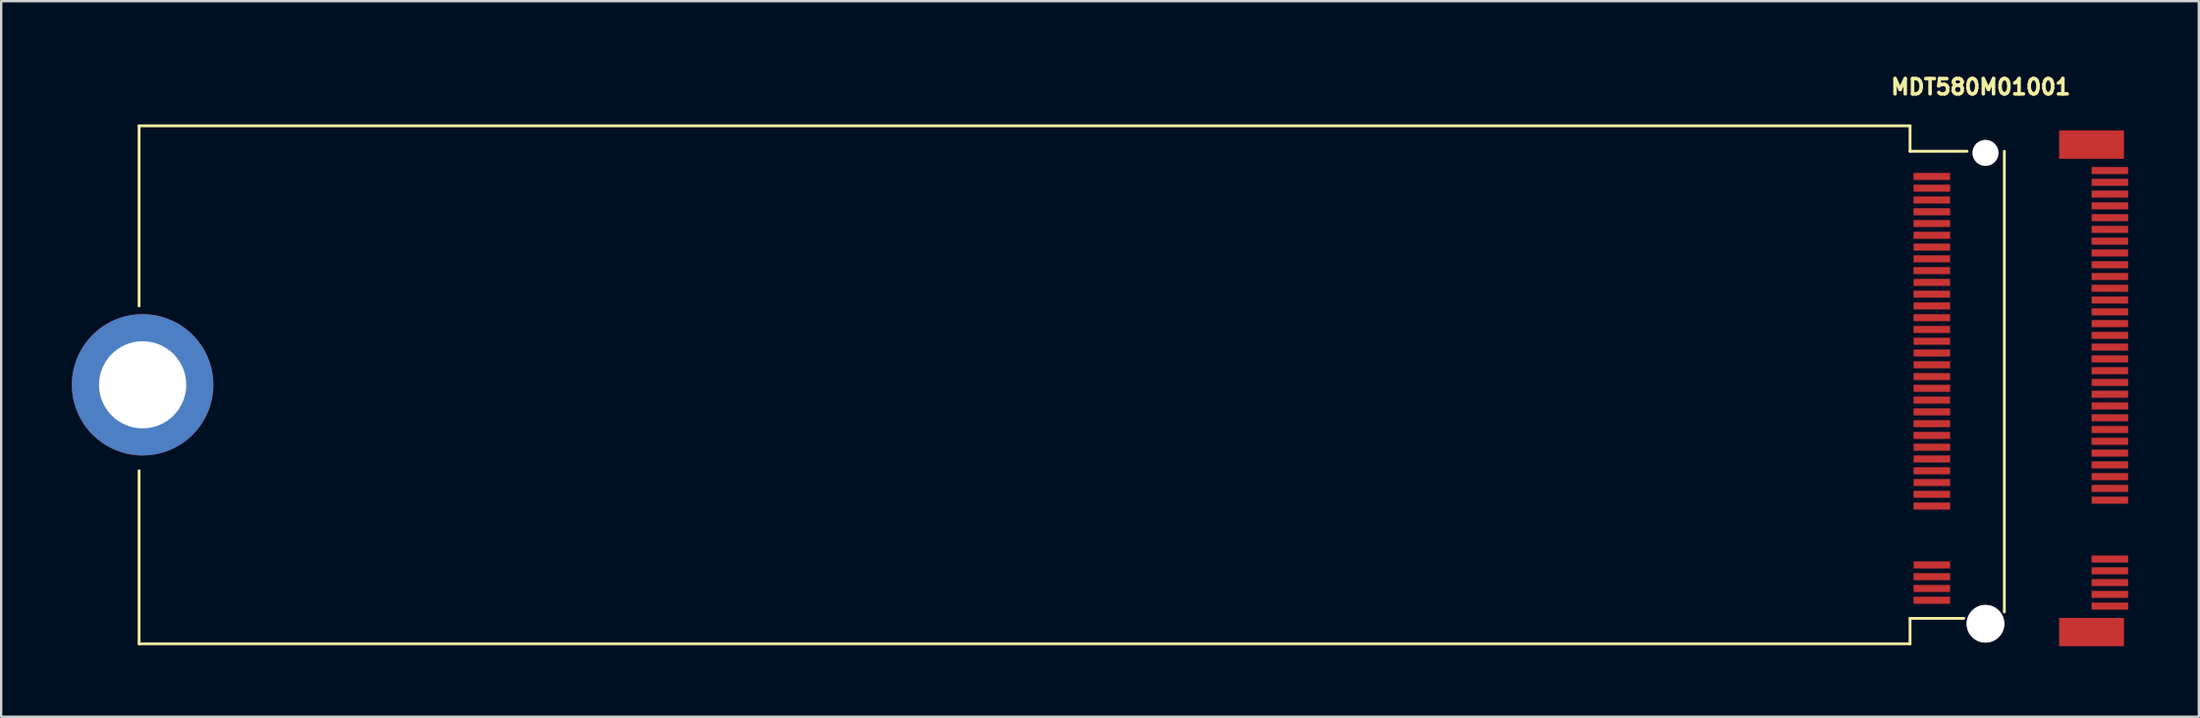
<source format=kicad_pcb>
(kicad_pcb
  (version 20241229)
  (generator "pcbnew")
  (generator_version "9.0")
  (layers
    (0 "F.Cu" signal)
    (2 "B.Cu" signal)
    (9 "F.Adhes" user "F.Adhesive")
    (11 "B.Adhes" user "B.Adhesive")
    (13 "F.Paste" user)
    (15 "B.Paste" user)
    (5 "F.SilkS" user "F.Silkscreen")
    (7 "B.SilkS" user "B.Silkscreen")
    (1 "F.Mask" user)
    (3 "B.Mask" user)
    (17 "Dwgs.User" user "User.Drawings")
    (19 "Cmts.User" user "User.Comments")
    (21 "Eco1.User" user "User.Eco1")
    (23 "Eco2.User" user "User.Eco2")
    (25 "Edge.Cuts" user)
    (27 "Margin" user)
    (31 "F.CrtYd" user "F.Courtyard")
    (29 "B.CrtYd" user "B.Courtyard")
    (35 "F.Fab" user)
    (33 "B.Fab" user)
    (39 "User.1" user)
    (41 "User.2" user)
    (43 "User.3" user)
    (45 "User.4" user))
  (footprint "MDT580M01001"
    (layer "F.Cu")
    (at 82.67 13.444)
    (property "Reference" "MDT580M01001" (at -1.7 -12.8 180) (layer "F.SilkS") (effects (font (size 0.65 0.65) (thickness 0.15))))
    (attr smd)
    (fp_line (start -79.82 -11.15) (end -4.7 -11.15) (stroke (width 0.12) (type solid)) (layer "F.SilkS"))
    (fp_line (start -79.82 -3.5) (end -79.82 -11.15) (stroke (width 0.12) (type solid)) (layer "F.SilkS"))
    (fp_line (start -79.82 10.85) (end -79.82 3.5) (stroke (width 0.12) (type solid)) (layer "F.SilkS"))
    (fp_line (start -79.82 10.85) (end -4.7 10.85) (stroke (width 0.12) (type solid)) (layer "F.SilkS"))
    (fp_line (start -4.7 -10.07) (end -4.7 -11.15) (stroke (width 0.12) (type solid)) (layer "F.SilkS"))
    (fp_line (start -4.7 -10.07) (end -2.28 -10.07) (stroke (width 0.12) (type solid)) (layer "F.SilkS"))
    (fp_line (start -4.7 9.77) (end -2.42 9.77) (stroke (width 0.12) (type solid)) (layer "F.SilkS"))
    (fp_line (start -4.7 10.85) (end -4.7 9.77) (stroke (width 0.12) (type solid)) (layer "F.SilkS"))
    (fp_line (start -0.7 -10.07) (end -0.7 9.5) (stroke (width 0.12) (type solid)) (layer "F.SilkS"))
    (fp_arc (start -79.82 -1.9) (mid -78.07 -0.15) (end -79.82 1.6) (stroke (width 0.12) (type solid)) (layer "Dwgs.User"))
    (pad "" np_thru_hole circle (at -79.67 -0.15) (size 6 6) (drill 3.7) (layers "*.Cu" "*.Mask"))
    (pad "1" smd rect (at 3.775 -9.25 270) (size 0.3 1.55) (layers "F.Cu" "F.Mask" "F.Paste"))
    (pad "2" smd rect (at -3.775 -9 270) (size 0.3 1.55) (layers "F.Cu" "F.Mask" "F.Paste"))
    (pad "3" smd rect (at 3.775 -8.75 270) (size 0.3 1.55) (layers "F.Cu" "F.Mask" "F.Paste"))
    (pad "4" smd rect (at -3.775 -8.5 270) (size 0.3 1.55) (layers "F.Cu" "F.Mask" "F.Paste"))
    (pad "5" smd rect (at 3.775 -8.25 270) (size 0.3 1.55) (layers "F.Cu" "F.Mask" "F.Paste"))
    (pad "6" smd rect (at -3.775 -8 270) (size 0.3 1.55) (layers "F.Cu" "F.Mask" "F.Paste"))
    (pad "7" smd rect (at 3.775 -7.75 270) (size 0.3 1.55) (layers "F.Cu" "F.Mask" "F.Paste"))
    (pad "8" smd rect (at -3.775 -7.5 270) (size 0.3 1.55) (layers "F.Cu" "F.Mask" "F.Paste"))
    (pad "9" smd rect (at 3.775 -7.25 270) (size 0.3 1.55) (layers "F.Cu" "F.Mask" "F.Paste"))
    (pad "10" smd rect (at -3.775 -7 270) (size 0.3 1.55) (layers "F.Cu" "F.Mask" "F.Paste"))
    (pad "11" smd rect (at 3.775 -6.75 270) (size 0.3 1.55) (layers "F.Cu" "F.Mask" "F.Paste"))
    (pad "12" smd rect (at -3.775 -6.5 270) (size 0.3 1.55) (layers "F.Cu" "F.Mask" "F.Paste"))
    (pad "13" smd rect (at 3.775 -6.25 270) (size 0.3 1.55) (layers "F.Cu" "F.Mask" "F.Paste"))
    (pad "14" smd rect (at -3.775 -6 270) (size 0.3 1.55) (layers "F.Cu" "F.Mask" "F.Paste"))
    (pad "15" smd rect (at 3.775 -5.75 270) (size 0.3 1.55) (layers "F.Cu" "F.Mask" "F.Paste"))
    (pad "16" smd rect (at -3.775 -5.5 270) (size 0.3 1.55) (layers "F.Cu" "F.Mask" "F.Paste"))
    (pad "17" smd rect (at 3.775 -5.25 270) (size 0.3 1.55) (layers "F.Cu" "F.Mask" "F.Paste"))
    (pad "18" smd rect (at -3.775 -5 270) (size 0.3 1.55) (layers "F.Cu" "F.Mask" "F.Paste"))
    (pad "19" smd rect (at 3.775 -4.75 270) (size 0.3 1.55) (layers "F.Cu" "F.Mask" "F.Paste"))
    (pad "20" smd rect (at -3.775 -4.5 270) (size 0.3 1.55) (layers "F.Cu" "F.Mask" "F.Paste"))
    (pad "21" smd rect (at 3.775 -4.25 270) (size 0.3 1.55) (layers "F.Cu" "F.Mask" "F.Paste"))
    (pad "22" smd rect (at -3.775 -4 270) (size 0.3 1.55) (layers "F.Cu" "F.Mask" "F.Paste"))
    (pad "23" smd rect (at 3.775 -3.75 270) (size 0.3 1.55) (layers "F.Cu" "F.Mask" "F.Paste"))
    (pad "24" smd rect (at -3.775 -3.5 270) (size 0.3 1.55) (layers "F.Cu" "F.Mask" "F.Paste"))
    (pad "25" smd rect (at 3.775 -3.25 270) (size 0.3 1.55) (layers "F.Cu" "F.Mask" "F.Paste"))
    (pad "26" smd rect (at -3.775 -3 270) (size 0.3 1.55) (layers "F.Cu" "F.Mask" "F.Paste"))
    (pad "27" smd rect (at 3.775 -2.75 270) (size 0.3 1.55) (layers "F.Cu" "F.Mask" "F.Paste"))
    (pad "28" smd rect (at -3.775 -2.5 270) (size 0.3 1.55) (layers "F.Cu" "F.Mask" "F.Paste"))
    (pad "29" smd rect (at 3.775 -2.25 270) (size 0.3 1.55) (layers "F.Cu" "F.Mask" "F.Paste"))
    (pad "30" smd rect (at -3.775 -2 270) (size 0.3 1.55) (layers "F.Cu" "F.Mask" "F.Paste"))
    (pad "31" smd rect (at 3.775 -1.75 270) (size 0.3 1.55) (layers "F.Cu" "F.Mask" "F.Paste"))
    (pad "32" smd rect (at -3.775 -1.5 270) (size 0.3 1.55) (layers "F.Cu" "F.Mask" "F.Paste"))
    (pad "33" smd rect (at 3.775 -1.25 270) (size 0.3 1.55) (layers "F.Cu" "F.Mask" "F.Paste"))
    (pad "34" smd rect (at -3.775 -1 270) (size 0.3 1.55) (layers "F.Cu" "F.Mask" "F.Paste"))
    (pad "35" smd rect (at 3.775 -0.75 270) (size 0.3 1.55) (layers "F.Cu" "F.Mask" "F.Paste"))
    (pad "36" smd rect (at -3.775 -0.5 270) (size 0.3 1.55) (layers "F.Cu" "F.Mask" "F.Paste"))
    (pad "37" smd rect (at 3.775 -0.25 270) (size 0.3 1.55) (layers "F.Cu" "F.Mask" "F.Paste"))
    (pad "38" smd rect (at -3.775 0 270) (size 0.3 1.55) (layers "F.Cu" "F.Mask" "F.Paste"))
    (pad "39" smd rect (at 3.775 0.25 270) (size 0.3 1.55) (layers "F.Cu" "F.Mask" "F.Paste"))
    (pad "40" smd rect (at -3.775 0.5 270) (size 0.3 1.55) (layers "F.Cu" "F.Mask" "F.Paste"))
    (pad "41" smd rect (at 3.775 0.75 270) (size 0.3 1.55) (layers "F.Cu" "F.Mask" "F.Paste"))
    (pad "42" smd rect (at -3.775 1 270) (size 0.3 1.55) (layers "F.Cu" "F.Mask" "F.Paste"))
    (pad "43" smd rect (at 3.775 1.25 270) (size 0.3 1.55) (layers "F.Cu" "F.Mask" "F.Paste"))
    (pad "44" smd rect (at -3.775 1.5 270) (size 0.3 1.55) (layers "F.Cu" "F.Mask" "F.Paste"))
    (pad "45" smd rect (at 3.775 1.75 270) (size 0.3 1.55) (layers "F.Cu" "F.Mask" "F.Paste"))
    (pad "46" smd rect (at -3.775 2 270) (size 0.3 1.55) (layers "F.Cu" "F.Mask" "F.Paste"))
    (pad "47" smd rect (at 3.775 2.25 270) (size 0.3 1.55) (layers "F.Cu" "F.Mask" "F.Paste"))
    (pad "48" smd rect (at -3.775 2.5 270) (size 0.3 1.55) (layers "F.Cu" "F.Mask" "F.Paste"))
    (pad "49" smd rect (at 3.775 2.75 270) (size 0.3 1.55) (layers "F.Cu" "F.Mask" "F.Paste"))
    (pad "50" smd rect (at -3.775 3 270) (size 0.3 1.55) (layers "F.Cu" "F.Mask" "F.Paste"))
    (pad "51" smd rect (at 3.775 3.25 270) (size 0.3 1.55) (layers "F.Cu" "F.Mask" "F.Paste"))
    (pad "52" smd rect (at -3.775 3.5 270) (size 0.3 1.55) (layers "F.Cu" "F.Mask" "F.Paste"))
    (pad "53" smd rect (at 3.775 3.75 270) (size 0.3 1.55) (layers "F.Cu" "F.Mask" "F.Paste"))
    (pad "54" smd rect (at -3.775 4 270) (size 0.3 1.55) (layers "F.Cu" "F.Mask" "F.Paste"))
    (pad "55" smd rect (at 3.775 4.25 270) (size 0.3 1.55) (layers "F.Cu" "F.Mask" "F.Paste"))
    (pad "56" smd rect (at -3.775 4.5 270) (size 0.3 1.55) (layers "F.Cu" "F.Mask" "F.Paste"))
    (pad "57" smd rect (at 3.775 4.75 270) (size 0.3 1.55) (layers "F.Cu" "F.Mask" "F.Paste"))
    (pad "58" smd rect (at -3.775 5 270) (size 0.3 1.55) (layers "F.Cu" "F.Mask" "F.Paste"))
    (pad "67" smd rect (at 3.775 7.25 270) (size 0.3 1.55) (layers "F.Cu" "F.Mask" "F.Paste"))
    (pad "68" smd rect (at -3.775 7.5 270) (size 0.3 1.55) (layers "F.Cu" "F.Mask" "F.Paste"))
    (pad "69" smd rect (at 3.775 7.75 270) (size 0.3 1.55) (layers "F.Cu" "F.Mask" "F.Paste"))
    (pad "70" smd rect (at -3.775 8 270) (size 0.3 1.55) (layers "F.Cu" "F.Mask" "F.Paste"))
    (pad "71" smd rect (at 3.775 8.25 270) (size 0.3 1.55) (layers "F.Cu" "F.Mask" "F.Paste"))
    (pad "72" smd rect (at -3.775 8.5 270) (size 0.3 1.55) (layers "F.Cu" "F.Mask" "F.Paste"))
    (pad "73" smd rect (at 3.775 8.75 270) (size 0.3 1.55) (layers "F.Cu" "F.Mask" "F.Paste"))
    (pad "74" smd rect (at -3.775 9 270) (size 0.3 1.55) (layers "F.Cu" "F.Mask" "F.Paste"))
    (pad "75" smd rect (at 3.775 9.25 270) (size 0.3 1.55) (layers "F.Cu" "F.Mask" "F.Paste"))
    (pad "None" thru_hole circle (at -1.5 -10 270) (size 1.1 1.1) (drill 1.1) (layers "*.Cu" "*.Mask"))
    (pad "None" thru_hole circle (at -1.5 10 270) (size 1.6 1.6) (drill 1.6) (layers "*.Cu" "*.Mask"))
    (pad "SH1" smd rect (at 3 -10.35 270) (size 1.2 2.75) (layers "F.Cu" "F.Mask" "F.Paste"))
    (pad "SH2" smd rect (at 3 10.35 270) (size 1.2 2.75) (layers "F.Cu" "F.Mask" "F.Paste")))
  (gr_rect
    (start -3 -3)
    (end 90.22 27.393)
    (stroke (width 0.1) (type default))
    (fill no)
    (layer "Edge.Cuts")))
</source>
